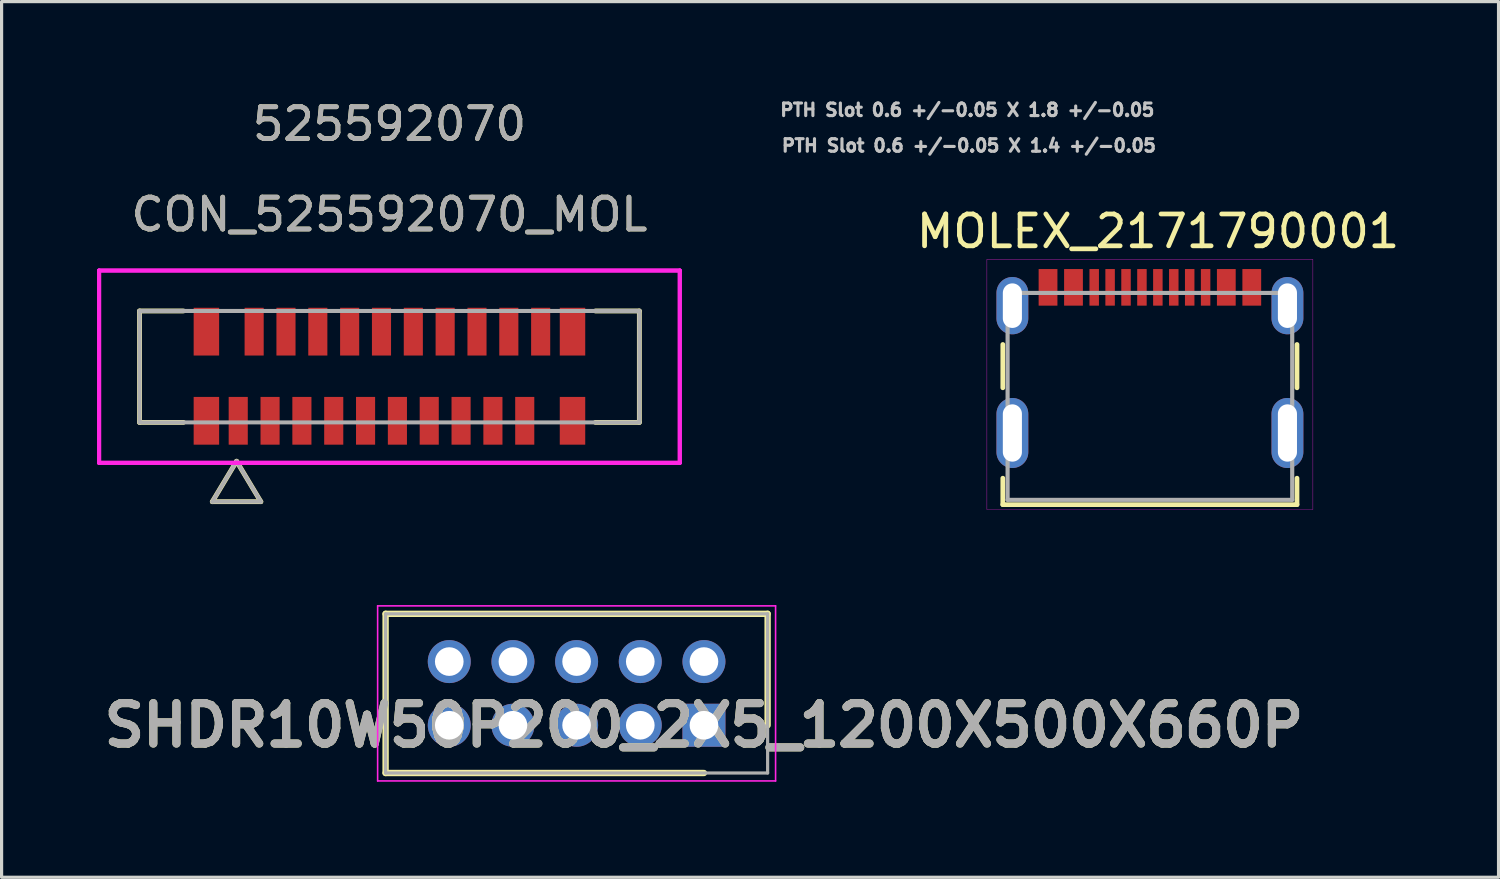
<source format=kicad_pcb>
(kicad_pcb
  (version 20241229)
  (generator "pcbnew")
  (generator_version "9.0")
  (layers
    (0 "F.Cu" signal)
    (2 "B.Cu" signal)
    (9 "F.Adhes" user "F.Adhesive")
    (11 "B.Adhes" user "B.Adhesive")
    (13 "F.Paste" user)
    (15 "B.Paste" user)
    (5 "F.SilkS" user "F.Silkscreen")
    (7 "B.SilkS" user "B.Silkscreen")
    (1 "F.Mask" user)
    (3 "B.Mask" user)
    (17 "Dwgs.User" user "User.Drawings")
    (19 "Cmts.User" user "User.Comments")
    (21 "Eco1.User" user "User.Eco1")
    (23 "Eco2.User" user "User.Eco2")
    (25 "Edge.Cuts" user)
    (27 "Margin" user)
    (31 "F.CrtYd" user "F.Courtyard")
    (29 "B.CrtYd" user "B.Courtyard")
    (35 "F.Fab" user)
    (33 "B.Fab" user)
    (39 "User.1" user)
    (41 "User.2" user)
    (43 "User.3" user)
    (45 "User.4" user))
  (footprint "SHDR10W50P200_2X5_1200X500X660P"
    (layer "F.Cu")
    (at 19.062 19.731)
    (property "Reference" "SHDR10W50P200_2X5_1200X500X660P" (at 0 0 0) (layer "F.SilkS") (effects (font (size 1.27 1.27) (thickness 0.254))))
    (attr through_hole)
    (fp_line (start -10 -3.5) (end 2 -3.5) (stroke (width 0.2) (type solid)) (layer "F.SilkS"))
    (fp_line (start -10 1.5) (end -10 -3.5) (stroke (width 0.2) (type solid)) (layer "F.SilkS"))
    (fp_line (start 0 1.5) (end -10 1.5) (stroke (width 0.2) (type solid)) (layer "F.SilkS"))
    (fp_line (start 2 -3.5) (end 2 0) (stroke (width 0.2) (type solid)) (layer "F.SilkS"))
    (fp_line (start -10.25 -3.75) (end 2.25 -3.75) (stroke (width 0.05) (type solid)) (layer "F.CrtYd"))
    (fp_line (start -10.25 1.75) (end -10.25 -3.75) (stroke (width 0.05) (type solid)) (layer "F.CrtYd"))
    (fp_line (start 2.25 -3.75) (end 2.25 1.75) (stroke (width 0.05) (type solid)) (layer "F.CrtYd"))
    (fp_line (start 2.25 1.75) (end -10.25 1.75) (stroke (width 0.05) (type solid)) (layer "F.CrtYd"))
    (fp_line (start -10 -3.5) (end 2 -3.5) (stroke (width 0.1) (type solid)) (layer "F.Fab"))
    (fp_line (start -10 1.5) (end -10 -3.5) (stroke (width 0.1) (type solid)) (layer "F.Fab"))
    (fp_line (start 2 -3.5) (end 2 1.5) (stroke (width 0.1) (type solid)) (layer "F.Fab"))
    (fp_line (start 2 1.5) (end -10 1.5) (stroke (width 0.1) (type solid)) (layer "F.Fab"))
    (fp_text user "${REFERENCE}" (at 0 0 0) (layer "F.Fab") (effects (font (size 1.27 1.27) (thickness 0.254))))
    (pad "1" thru_hole rect (at 0 0) (size 1.35 1.35) (drill 0.9) (layers "*.Cu" "*.Mask"))
    (pad "2" thru_hole circle (at 0 -2) (size 1.35 1.35) (drill 0.9) (layers "*.Cu" "*.Mask"))
    (pad "3" thru_hole circle (at -2 0) (size 1.35 1.35) (drill 0.9) (layers "*.Cu" "*.Mask"))
    (pad "4" thru_hole circle (at -2 -2) (size 1.35 1.35) (drill 0.9) (layers "*.Cu" "*.Mask"))
    (pad "5" thru_hole circle (at -4 0) (size 1.35 1.35) (drill 0.9) (layers "*.Cu" "*.Mask"))
    (pad "6" thru_hole circle (at -4 -2) (size 1.35 1.35) (drill 0.9) (layers "*.Cu" "*.Mask"))
    (pad "7" thru_hole circle (at -6 0) (size 1.35 1.35) (drill 0.9) (layers "*.Cu" "*.Mask"))
    (pad "8" thru_hole circle (at -6 -2) (size 1.35 1.35) (drill 0.9) (layers "*.Cu" "*.Mask"))
    (pad "9" thru_hole circle (at -8 0) (size 1.35 1.35) (drill 0.9) (layers "*.Cu" "*.Mask"))
    (pad "10" thru_hole circle (at -8 -2) (size 1.35 1.35) (drill 0.9) (layers "*.Cu" "*.Mask")))
  (footprint "MOLEX_2171790001"
    (layer "F.Cu")
    (at 33.07 9.401)
    (property "Reference" "MOLEX_2171790001" (at 0.255 -5.185 0) (layer "F.SilkS") (effects (font (size 1 1) (thickness 0.15))))
    (attr smd)
    (fp_poly (pts (xy -3.558 -4.064) (xy -2.841 -4.064) (xy -2.841 -2.787) (xy -3.558 -2.787)) (stroke (width 0.01) (type solid)) (fill yes) (layer "F.Mask"))
    (fp_poly (pts (xy -2.759 -4.064) (xy -2.042 -4.064) (xy -2.042 -2.787) (xy -2.759 -2.787)) (stroke (width 0.01) (type solid)) (fill yes) (layer "F.Mask"))
    (fp_poly (pts (xy -1.962 -4.064) (xy -1.538 -4.064) (xy -1.538 -2.787) (xy -1.962 -2.787)) (stroke (width 0.01) (type solid)) (fill yes) (layer "F.Mask"))
    (fp_poly (pts (xy -1.462 -4.064) (xy -1.038 -4.064) (xy -1.038 -2.787) (xy -1.462 -2.787)) (stroke (width 0.01) (type solid)) (fill yes) (layer "F.Mask"))
    (fp_poly (pts (xy -0.963 -4.064) (xy -0.537 -4.064) (xy -0.537 -2.787) (xy -0.963 -2.787)) (stroke (width 0.01) (type solid)) (fill yes) (layer "F.Mask"))
    (fp_poly (pts (xy -0.463 -4.064) (xy -0.037 -4.064) (xy -0.037 -2.787) (xy -0.463 -2.787)) (stroke (width 0.01) (type solid)) (fill yes) (layer "F.Mask"))
    (fp_poly (pts (xy 0.037 -4.064) (xy 0.463 -4.064) (xy 0.463 -2.787) (xy 0.037 -2.787)) (stroke (width 0.01) (type solid)) (fill yes) (layer "F.Mask"))
    (fp_poly (pts (xy 0.537 -4.064) (xy 0.963 -4.064) (xy 0.963 -2.787) (xy 0.537 -2.787)) (stroke (width 0.01) (type solid)) (fill yes) (layer "F.Mask"))
    (fp_poly (pts (xy 1.038 -4.064) (xy 1.462 -4.064) (xy 1.462 -2.787) (xy 1.038 -2.787)) (stroke (width 0.01) (type solid)) (fill yes) (layer "F.Mask"))
    (fp_poly (pts (xy 1.538 -4.064) (xy 1.962 -4.064) (xy 1.962 -2.787) (xy 1.538 -2.787)) (stroke (width 0.01) (type solid)) (fill yes) (layer "F.Mask"))
    (fp_poly (pts (xy 2.042 -4.064) (xy 2.759 -4.064) (xy 2.759 -2.787) (xy 2.042 -2.787)) (stroke (width 0.01) (type solid)) (fill yes) (layer "F.Mask"))
    (fp_poly (pts (xy 2.841 -4.064) (xy 3.558 -4.064) (xy 3.558 -2.787) (xy 2.841 -2.787)) (stroke (width 0.01) (type solid)) (fill yes) (layer "F.Mask"))
    (fp_line (start -4.62 -0.27) (end -4.62 -1.63) (stroke (width 0.15) (type solid)) (layer "F.SilkS"))
    (fp_line (start -4.62 3.4) (end -4.62 2.57) (stroke (width 0.15) (type solid)) (layer "F.SilkS"))
    (fp_line (start 4.62 -1.63) (end 4.62 -0.27) (stroke (width 0.15) (type solid)) (layer "F.SilkS"))
    (fp_line (start 4.62 2.57) (end 4.62 3.4) (stroke (width 0.15) (type solid)) (layer "F.SilkS"))
    (fp_line (start 4.62 3.4) (end -4.62 3.4) (stroke (width 0.15) (type solid)) (layer "F.SilkS"))
    (fp_line (start -5.12 -4.3) (end 5.12 -4.3) (stroke (width 0.01) (type solid)) (layer "F.CrtYd"))
    (fp_line (start -5.12 3.55) (end -5.12 -4.3) (stroke (width 0.01) (type solid)) (layer "F.CrtYd"))
    (fp_line (start 5.12 -4.3) (end 5.12 3.55) (stroke (width 0.01) (type solid)) (layer "F.CrtYd"))
    (fp_line (start 5.12 3.55) (end -5.12 3.55) (stroke (width 0.01) (type solid)) (layer "F.CrtYd"))
    (fp_line (start -4.47 -3.25) (end 4.47 -3.25) (stroke (width 0.13) (type solid)) (layer "F.Fab"))
    (fp_line (start -4.47 3.25) (end -4.47 -3.25) (stroke (width 0.13) (type solid)) (layer "F.Fab"))
    (fp_line (start 4.47 -3.25) (end 4.47 3.25) (stroke (width 0.13) (type solid)) (layer "F.Fab"))
    (fp_line (start 4.47 3.25) (end -4.47 3.25) (stroke (width 0.13) (type solid)) (layer "F.Fab"))
    (fp_text user "PTH Slot 0.6 +/-0.05 X 1.8 +/-0.05" (at -5.736 -8.998 0) (layer "Dwgs.User") (effects (font (size 0.394 0.394) (thickness 0.15))))
    (fp_text user "PTH Slot 0.6 +/-0.05 X 1.4 +/-0.05" (at -5.686 -7.878 0) (layer "Dwgs.User") (effects (font (size 0.394 0.394) (thickness 0.15))))
    (pad "A1B12" smd rect (at -3.2 -3.425) (size 0.59 1.15) (layers "F.Cu" "F.Paste"))
    (pad "A4B9" smd rect (at -2.4 -3.425) (size 0.59 1.15) (layers "F.Cu" "F.Paste"))
    (pad "A5" smd rect (at -1.25 -3.425) (size 0.298 1.15) (layers "F.Cu" "F.Paste"))
    (pad "A6" smd rect (at -0.25 -3.425) (size 0.298 1.15) (layers "F.Cu" "F.Paste"))
    (pad "A7" smd rect (at 0.25 -3.425) (size 0.298 1.15) (layers "F.Cu" "F.Paste"))
    (pad "A8" smd rect (at 1.25 -3.425) (size 0.298 1.15) (layers "F.Cu" "F.Paste"))
    (pad "B1A12" smd rect (at 3.2 -3.425) (size 0.59 1.15) (layers "F.Cu" "F.Paste"))
    (pad "B4A9" smd rect (at 2.4 -3.425) (size 0.59 1.15) (layers "F.Cu" "F.Paste"))
    (pad "B5" smd rect (at 1.75 -3.425) (size 0.298 1.15) (layers "F.Cu" "F.Paste"))
    (pad "B6" smd rect (at 0.75 -3.425) (size 0.298 1.15) (layers "F.Cu" "F.Paste"))
    (pad "B7" smd rect (at -0.75 -3.425) (size 0.298 1.15) (layers "F.Cu" "F.Paste"))
    (pad "B8" smd rect (at -1.75 -3.425) (size 0.298 1.15) (layers "F.Cu" "F.Paste"))
    (pad "SH1" thru_hole oval (at -4.32 1.15) (size 1 2.2) (drill oval 0.6 1.8) (layers "*.Cu" "*.Mask"))
    (pad "SH2" thru_hole oval (at 4.32 1.15) (size 1 2.2) (drill oval 0.6 1.8) (layers "*.Cu" "*.Mask"))
    (pad "SH3" thru_hole oval (at -4.32 -2.85) (size 1 1.8) (drill oval 0.6 1.4) (layers "*.Cu" "*.Mask"))
    (pad "SH4" thru_hole oval (at 4.32 -2.85) (size 1 1.8) (drill oval 0.6 1.4) (layers "*.Cu" "*.Mask")))
  (footprint "CON_525592070_MOL"
    (layer "F.Cu")
    (at 9.183 8.768)
    (property "Reference" "CON_525592070_MOL" (at 0 -5.08 0) (unlocked yes) (layer "F.SilkS") (effects (font (size 1 1) (thickness 0.15))))
    (attr smd)
    (fp_line (start -7.85 -2.05) (end -7.85 1.45) (stroke (width 0.152) (type solid)) (layer "F.SilkS"))
    (fp_line (start -7.85 1.45) (end -6.47 1.45) (stroke (width 0.152) (type solid)) (layer "F.SilkS"))
    (fp_line (start -6.47 -2.05) (end -7.85 -2.05) (stroke (width 0.152) (type solid)) (layer "F.SilkS"))
    (fp_line (start -5.564 3.94) (end -4.802 2.67) (stroke (width 0.152) (type solid)) (layer "F.SilkS"))
    (fp_line (start -5.564 3.94) (end -4.04 3.94) (stroke (width 0.152) (type solid)) (layer "F.SilkS"))
    (fp_line (start -4.04 3.94) (end -4.802 2.67) (stroke (width 0.152) (type solid)) (layer "F.SilkS"))
    (fp_line (start 6.47 1.45) (end 7.85 1.45) (stroke (width 0.152) (type solid)) (layer "F.SilkS"))
    (fp_line (start 7.85 -2.05) (end 6.47 -2.05) (stroke (width 0.152) (type solid)) (layer "F.SilkS"))
    (fp_line (start 7.85 1.45) (end 7.85 -2.05) (stroke (width 0.152) (type solid)) (layer "F.SilkS"))
    (fp_line (start -9.12 -3.32) (end -9.12 2.72) (stroke (width 0.127) (type solid)) (layer "F.CrtYd"))
    (fp_line (start -9.12 -3.32) (end -9.12 2.72) (stroke (width 0.127) (type solid)) (layer "F.CrtYd"))
    (fp_line (start -9.12 2.72) (end 9.12 2.72) (stroke (width 0.127) (type solid)) (layer "F.CrtYd"))
    (fp_line (start -9.12 2.72) (end 9.12 2.72) (stroke (width 0.127) (type solid)) (layer "F.CrtYd"))
    (fp_line (start 9.12 -3.32) (end -9.12 -3.32) (stroke (width 0.127) (type solid)) (layer "F.CrtYd"))
    (fp_line (start 9.12 -3.32) (end -9.12 -3.32) (stroke (width 0.127) (type solid)) (layer "F.CrtYd"))
    (fp_line (start 9.12 2.72) (end 9.12 -3.32) (stroke (width 0.127) (type solid)) (layer "F.CrtYd"))
    (fp_line (start 9.12 2.72) (end 9.12 -3.32) (stroke (width 0.127) (type solid)) (layer "F.CrtYd"))
    (fp_line (start -7.85 -2.05) (end -7.85 1.45) (stroke (width 0.127) (type solid)) (layer "F.Fab"))
    (fp_line (start -7.85 1.45) (end 7.85 1.45) (stroke (width 0.127) (type solid)) (layer "F.Fab"))
    (fp_line (start -5.564 3.94) (end -4.802 2.67) (stroke (width 0.127) (type solid)) (layer "F.Fab"))
    (fp_line (start -5.564 3.94) (end -4.04 3.94) (stroke (width 0.127) (type solid)) (layer "F.Fab"))
    (fp_line (start -4.04 3.94) (end -4.802 2.67) (stroke (width 0.127) (type solid)) (layer "F.Fab"))
    (fp_line (start 7.85 -2.05) (end -7.85 -2.05) (stroke (width 0.127) (type solid)) (layer "F.Fab"))
    (fp_line (start 7.85 1.45) (end 7.85 -2.05) (stroke (width 0.127) (type solid)) (layer "F.Fab"))
    (fp_text user "525592070" (at 0 -7.92 0) (unlocked yes) (layer "F.SilkS") (effects (font (size 1 1) (thickness 0.15))))
    (fp_text user "525592070" (at 0 -7.92 0) (unlocked yes) (layer "F.Fab") (effects (font (size 1 1) (thickness 0.15))))
    (fp_text user "${REFERENCE}" (at 0 -5.08 0) (unlocked yes) (layer "F.Fab") (effects (font (size 1 1) (thickness 0.15))))
    (pad "1" smd rect (at -4.75 1.4) (size 0.6 1.5) (layers "F.Cu" "F.Mask" "F.Paste"))
    (pad "2" smd rect (at -4.25 -1.4) (size 0.6 1.5) (layers "F.Cu" "F.Mask" "F.Paste"))
    (pad "3" smd rect (at -3.75 1.4) (size 0.6 1.5) (layers "F.Cu" "F.Mask" "F.Paste"))
    (pad "4" smd rect (at -3.25 -1.4) (size 0.6 1.5) (layers "F.Cu" "F.Mask" "F.Paste"))
    (pad "5" smd rect (at -2.75 1.4) (size 0.6 1.5) (layers "F.Cu" "F.Mask" "F.Paste"))
    (pad "6" smd rect (at -2.25 -1.4) (size 0.6 1.5) (layers "F.Cu" "F.Mask" "F.Paste"))
    (pad "7" smd rect (at -1.75 1.4) (size 0.6 1.5) (layers "F.Cu" "F.Mask" "F.Paste"))
    (pad "8" smd rect (at -1.25 -1.4) (size 0.6 1.5) (layers "F.Cu" "F.Mask" "F.Paste"))
    (pad "9" smd rect (at -0.75 1.4) (size 0.6 1.5) (layers "F.Cu" "F.Mask" "F.Paste"))
    (pad "10" smd rect (at -0.25 -1.4) (size 0.6 1.5) (layers "F.Cu" "F.Mask" "F.Paste"))
    (pad "11" smd rect (at 0.25 1.4) (size 0.6 1.5) (layers "F.Cu" "F.Mask" "F.Paste"))
    (pad "12" smd rect (at 0.75 -1.4) (size 0.6 1.5) (layers "F.Cu" "F.Mask" "F.Paste"))
    (pad "13" smd rect (at 1.25 1.4) (size 0.6 1.5) (layers "F.Cu" "F.Mask" "F.Paste"))
    (pad "14" smd rect (at 1.75 -1.4) (size 0.6 1.5) (layers "F.Cu" "F.Mask" "F.Paste"))
    (pad "15" smd rect (at 2.25 1.4) (size 0.6 1.5) (layers "F.Cu" "F.Mask" "F.Paste"))
    (pad "16" smd rect (at 2.75 -1.4) (size 0.6 1.5) (layers "F.Cu" "F.Mask" "F.Paste"))
    (pad "17" smd rect (at 3.25 1.4) (size 0.6 1.5) (layers "F.Cu" "F.Mask" "F.Paste"))
    (pad "18" smd rect (at 3.75 -1.4) (size 0.6 1.5) (layers "F.Cu" "F.Mask" "F.Paste"))
    (pad "19" smd rect (at 4.25 1.4) (size 0.6 1.5) (layers "F.Cu" "F.Mask" "F.Paste"))
    (pad "20" smd rect (at 4.75 -1.4) (size 0.6 1.5) (layers "F.Cu" "F.Mask" "F.Paste"))
    (pad "P1" smd rect (at -5.75 1.4) (size 0.8 1.5) (layers "F.Cu" "F.Mask" "F.Paste"))
    (pad "P2" smd rect (at 5.75 1.4) (size 0.8 1.5) (layers "F.Cu" "F.Mask" "F.Paste"))
    (pad "P3" smd rect (at -5.75 -1.4) (size 0.8 1.5) (layers "F.Cu" "F.Mask" "F.Paste"))
    (pad "P4" smd rect (at 5.75 -1.4) (size 0.8 1.5) (layers "F.Cu" "F.Mask" "F.Paste")))
  (gr_rect
    (start -3 -3)
    (end 44.021 24.506)
    (stroke (width 0.1) (type default))
    (fill no)
    (layer "Edge.Cuts")))
</source>
